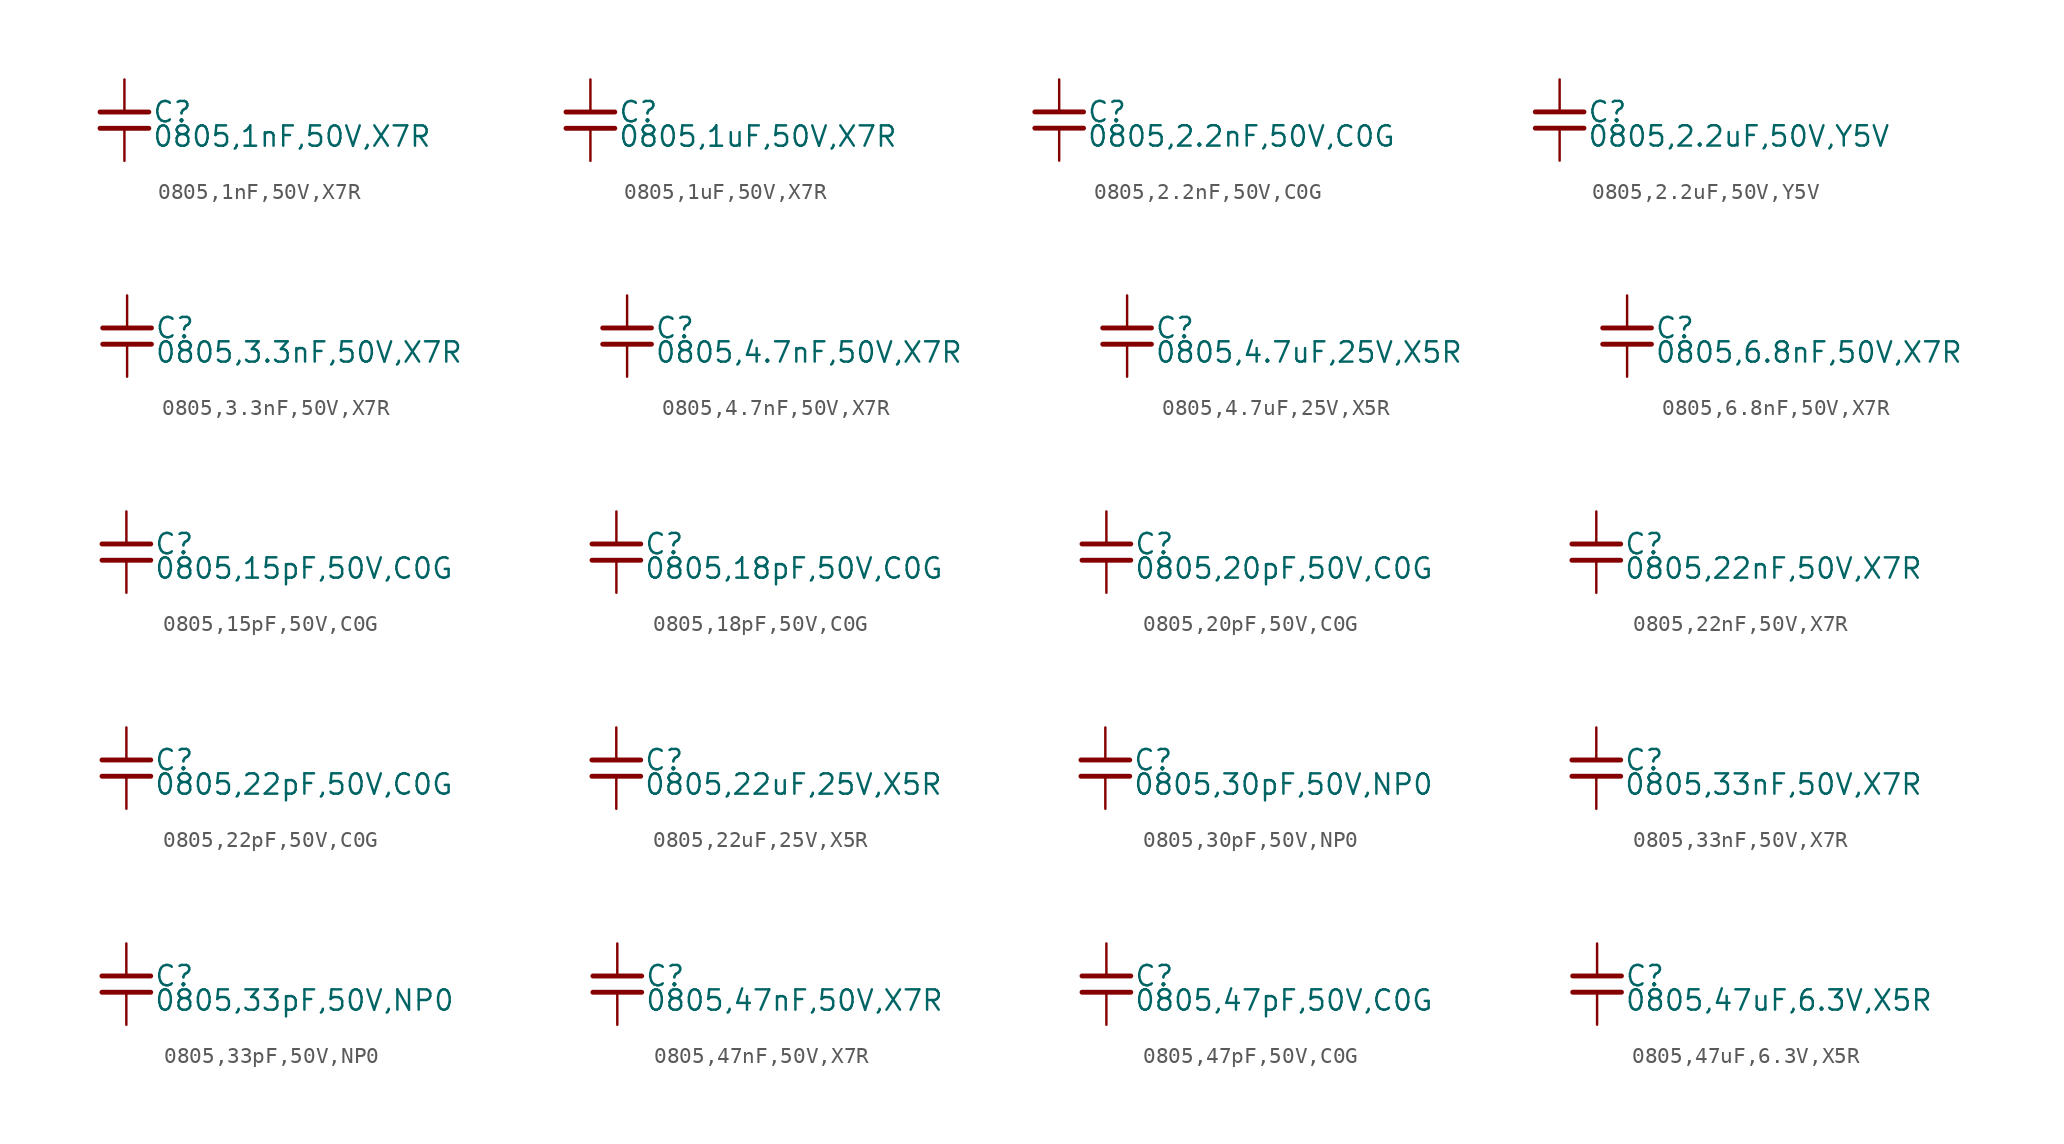
<source format=kicad_sym>
(kicad_symbol_lib
  (version 20220914)
  (generator kicad_symbol_editor)
  (symbol "0805,1nF,50V,X7R "
    (property "Reference" "C"
      (at 1.71 0.508 0)
      (effects (font (size 1.27 1.27)) (justify left)))
    (property "Value" "0805,1nF,50V,X7R "
      (at 1.71 -1.016 0)
      (effects (font (size 1.27 1.27)) (justify left)))
    (property "ki_locked" ""
      (at 0 0 0)
      (effects (font (size 1.27 1.27))))
    (symbol "0805,1nF,50V,X7R _0_0"
      (polyline (pts (xy -1.524 -0.508) (xy 1.524 -0.508)) (stroke (width 0.305) (type default)) (fill (type none)))
      (polyline (pts (xy -1.524 0.508) (xy 1.524 0.508)) (stroke (width 0.305) (type default)) (fill (type none)))
      (pin passive line (at 0 2.54 270) (length 2.032) (name "~" (effects (font (size 0 0)))) (number "1" (effects (font (size 0 0)))))
      (pin passive line (at 0 -2.54 90) (length 2.032) (name "~" (effects (font (size 0 0)))) (number "2" (effects (font (size 0 0)))))))
  (symbol "0805,1uF,50V,X7R "
    (property "Reference" "C"
      (at 1.71 0.508 0)
      (effects (font (size 1.27 1.27)) (justify left)))
    (property "Value" "0805,1uF,50V,X7R "
      (at 1.71 -1.016 0)
      (effects (font (size 1.27 1.27)) (justify left)))
    (symbol "0805,1uF,50V,X7R _0_0"
      (polyline (pts (xy -1.524 -0.508) (xy 1.524 -0.508)) (stroke (width 0.305) (type default)) (fill (type none)))
      (polyline (pts (xy -1.524 0.508) (xy 1.524 0.508)) (stroke (width 0.305) (type default)) (fill (type none)))
      (pin passive line (at 0 2.54 270) (length 2.032) (name "~" (effects (font (size 0 0)))) (number "1" (effects (font (size 0 0)))))
      (pin passive line (at 0 -2.54 90) (length 2.032) (name "~" (effects (font (size 0 0)))) (number "2" (effects (font (size 0 0)))))))
  (symbol "0805,2.2nF,50V,C0G "
    (property "Reference" "C"
      (at 1.71 0.508 0)
      (effects (font (size 1.27 1.27)) (justify left)))
    (property "Value" "0805,2.2nF,50V,C0G "
      (at 1.71 -1.016 0)
      (effects (font (size 1.27 1.27)) (justify left)))
    (property "ki_locked" ""
      (at 0 0 0)
      (effects (font (size 1.27 1.27))))
    (symbol "0805,2.2nF,50V,C0G _0_0"
      (polyline (pts (xy -1.524 -0.508) (xy 1.524 -0.508)) (stroke (width 0.305) (type default)) (fill (type none)))
      (polyline (pts (xy -1.524 0.508) (xy 1.524 0.508)) (stroke (width 0.305) (type default)) (fill (type none)))
      (pin passive line (at 0 2.54 270) (length 2.032) (name "~" (effects (font (size 0 0)))) (number "1" (effects (font (size 0 0)))))
      (pin passive line (at 0 -2.54 90) (length 2.032) (name "~" (effects (font (size 0 0)))) (number "2" (effects (font (size 0 0)))))))
  (symbol "0805,2.2uF,50V,Y5V "
    (property "Reference" "C"
      (at 1.71 0.508 0)
      (effects (font (size 1.27 1.27)) (justify left)))
    (property "Value" "0805,2.2uF,50V,Y5V "
      (at 1.71 -1.016 0)
      (effects (font (size 1.27 1.27)) (justify left)))
    (property "ki_locked" ""
      (at 0 0 0)
      (effects (font (size 1.27 1.27))))
    (symbol "0805,2.2uF,50V,Y5V _0_0"
      (polyline (pts (xy -1.524 -0.508) (xy 1.524 -0.508)) (stroke (width 0.305) (type default)) (fill (type none)))
      (polyline (pts (xy -1.524 0.508) (xy 1.524 0.508)) (stroke (width 0.305) (type default)) (fill (type none)))
      (pin passive line (at 0 2.54 270) (length 2.032) (name "~" (effects (font (size 0 0)))) (number "1" (effects (font (size 0 0)))))
      (pin passive line (at 0 -2.54 90) (length 2.032) (name "~" (effects (font (size 0 0)))) (number "2" (effects (font (size 0 0)))))))
  (symbol "0805,3.3nF,50V,X7R "
    (property "Reference" "C"
      (at 1.71 0.508 0)
      (effects (font (size 1.27 1.27)) (justify left)))
    (property "Value" "0805,3.3nF,50V,X7R "
      (at 1.71 -1.016 0)
      (effects (font (size 1.27 1.27)) (justify left)))
    (property "ki_locked" ""
      (at 0 0 0)
      (effects (font (size 1.27 1.27))))
    (symbol "0805,3.3nF,50V,X7R _0_0"
      (polyline (pts (xy -1.524 -0.508) (xy 1.524 -0.508)) (stroke (width 0.305) (type default)) (fill (type none)))
      (polyline (pts (xy -1.524 0.508) (xy 1.524 0.508)) (stroke (width 0.305) (type default)) (fill (type none)))
      (pin passive line (at 0 2.54 270) (length 2.032) (name "~" (effects (font (size 0 0)))) (number "1" (effects (font (size 0 0)))))
      (pin passive line (at 0 -2.54 90) (length 2.032) (name "~" (effects (font (size 0 0)))) (number "2" (effects (font (size 0 0)))))))
  (symbol "0805,4.7nF,50V,X7R "
    (property "Reference" "C"
      (at 1.71 0.508 0)
      (effects (font (size 1.27 1.27)) (justify left)))
    (property "Value" "0805,4.7nF,50V,X7R "
      (at 1.71 -1.016 0)
      (effects (font (size 1.27 1.27)) (justify left)))
    (property "ki_locked" ""
      (at 0 0 0)
      (effects (font (size 1.27 1.27))))
    (symbol "0805,4.7nF,50V,X7R _0_0"
      (polyline (pts (xy -1.524 -0.508) (xy 1.524 -0.508)) (stroke (width 0.305) (type default)) (fill (type none)))
      (polyline (pts (xy -1.524 0.508) (xy 1.524 0.508)) (stroke (width 0.305) (type default)) (fill (type none)))
      (pin passive line (at 0 2.54 270) (length 2.032) (name "~" (effects (font (size 0 0)))) (number "1" (effects (font (size 0 0)))))
      (pin passive line (at 0 -2.54 90) (length 2.032) (name "~" (effects (font (size 0 0)))) (number "2" (effects (font (size 0 0)))))))
  (symbol "0805,4.7uF,25V,X5R "
    (property "Reference" "C"
      (at 1.71 0.508 0)
      (effects (font (size 1.27 1.27)) (justify left)))
    (property "Value" "0805,4.7uF,25V,X5R "
      (at 1.71 -1.016 0)
      (effects (font (size 1.27 1.27)) (justify left)))
    (property "ki_locked" ""
      (at 0 0 0)
      (effects (font (size 1.27 1.27))))
    (symbol "0805,4.7uF,25V,X5R _0_0"
      (polyline (pts (xy -1.524 -0.508) (xy 1.524 -0.508)) (stroke (width 0.305) (type default)) (fill (type none)))
      (polyline (pts (xy -1.524 0.508) (xy 1.524 0.508)) (stroke (width 0.305) (type default)) (fill (type none)))
      (pin passive line (at 0 2.54 270) (length 2.032) (name "~" (effects (font (size 0 0)))) (number "1" (effects (font (size 0 0)))))
      (pin passive line (at 0 -2.54 90) (length 2.032) (name "~" (effects (font (size 0 0)))) (number "2" (effects (font (size 0 0)))))))
  (symbol "0805,6.8nF,50V,X7R "
    (property "Reference" "C"
      (at 1.71 0.508 0)
      (effects (font (size 1.27 1.27)) (justify left)))
    (property "Value" "0805,6.8nF,50V,X7R "
      (at 1.71 -1.016 0)
      (effects (font (size 1.27 1.27)) (justify left)))
    (property "ki_locked" ""
      (at 0 0 0)
      (effects (font (size 1.27 1.27))))
    (symbol "0805,6.8nF,50V,X7R _0_0"
      (polyline (pts (xy -1.524 -0.508) (xy 1.524 -0.508)) (stroke (width 0.305) (type default)) (fill (type none)))
      (polyline (pts (xy -1.524 0.508) (xy 1.524 0.508)) (stroke (width 0.305) (type default)) (fill (type none)))
      (pin passive line (at 0 2.54 270) (length 2.032) (name "~" (effects (font (size 0 0)))) (number "1" (effects (font (size 0 0)))))
      (pin passive line (at 0 -2.54 90) (length 2.032) (name "~" (effects (font (size 0 0)))) (number "2" (effects (font (size 0 0)))))))
  (symbol "0805,15pF,50V,C0G "
    (property "Reference" "C"
      (at 1.71 0.508 0)
      (effects (font (size 1.27 1.27)) (justify left)))
    (property "Value" "0805,15pF,50V,C0G "
      (at 1.71 -1.016 0)
      (effects (font (size 1.27 1.27)) (justify left)))
    (property "ki_locked" ""
      (at 0 0 0)
      (effects (font (size 1.27 1.27))))
    (symbol "0805,15pF,50V,C0G _0_0"
      (polyline (pts (xy -1.524 -0.508) (xy 1.524 -0.508)) (stroke (width 0.305) (type default)) (fill (type none)))
      (polyline (pts (xy -1.524 0.508) (xy 1.524 0.508)) (stroke (width 0.305) (type default)) (fill (type none)))
      (pin passive line (at 0 2.54 270) (length 2.032) (name "~" (effects (font (size 0 0)))) (number "1" (effects (font (size 0 0)))))
      (pin passive line (at 0 -2.54 90) (length 2.032) (name "~" (effects (font (size 0 0)))) (number "2" (effects (font (size 0 0)))))))
  (symbol "0805,18pF,50V,C0G "
    (property "Reference" "C"
      (at 1.71 0.508 0)
      (effects (font (size 1.27 1.27)) (justify left)))
    (property "Value" "0805,18pF,50V,C0G "
      (at 1.71 -1.016 0)
      (effects (font (size 1.27 1.27)) (justify left)))
    (property "ki_locked" ""
      (at 0 0 0)
      (effects (font (size 1.27 1.27))))
    (symbol "0805,18pF,50V,C0G _0_0"
      (polyline (pts (xy -1.524 -0.508) (xy 1.524 -0.508)) (stroke (width 0.305) (type default)) (fill (type none)))
      (polyline (pts (xy -1.524 0.508) (xy 1.524 0.508)) (stroke (width 0.305) (type default)) (fill (type none)))
      (pin passive line (at 0 2.54 270) (length 2.032) (name "~" (effects (font (size 0 0)))) (number "1" (effects (font (size 0 0)))))
      (pin passive line (at 0 -2.54 90) (length 2.032) (name "~" (effects (font (size 0 0)))) (number "2" (effects (font (size 0 0)))))))
  (symbol "0805,20pF,50V,C0G "
    (property "Reference" "C"
      (at 1.71 0.508 0)
      (effects (font (size 1.27 1.27)) (justify left)))
    (property "Value" "0805,20pF,50V,C0G "
      (at 1.71 -1.016 0)
      (effects (font (size 1.27 1.27)) (justify left)))
    (property "ki_locked" ""
      (at 0 0 0)
      (effects (font (size 1.27 1.27))))
    (symbol "0805,20pF,50V,C0G _0_0"
      (polyline (pts (xy -1.524 -0.508) (xy 1.524 -0.508)) (stroke (width 0.305) (type default)) (fill (type none)))
      (polyline (pts (xy -1.524 0.508) (xy 1.524 0.508)) (stroke (width 0.305) (type default)) (fill (type none)))
      (pin passive line (at 0 2.54 270) (length 2.032) (name "~" (effects (font (size 0 0)))) (number "1" (effects (font (size 0 0)))))
      (pin passive line (at 0 -2.54 90) (length 2.032) (name "~" (effects (font (size 0 0)))) (number "2" (effects (font (size 0 0)))))))
  (symbol "0805,22nF,50V,X7R "
    (property "Reference" "C"
      (at 1.71 0.508 0)
      (effects (font (size 1.27 1.27)) (justify left)))
    (property "Value" "0805,22nF,50V,X7R "
      (at 1.71 -1.016 0)
      (effects (font (size 1.27 1.27)) (justify left)))
    (property "ki_locked" ""
      (at 0 0 0)
      (effects (font (size 1.27 1.27))))
    (symbol "0805,22nF,50V,X7R _0_0"
      (polyline (pts (xy -1.524 -0.508) (xy 1.524 -0.508)) (stroke (width 0.305) (type default)) (fill (type none)))
      (polyline (pts (xy -1.524 0.508) (xy 1.524 0.508)) (stroke (width 0.305) (type default)) (fill (type none)))
      (pin passive line (at 0 2.54 270) (length 2.032) (name "~" (effects (font (size 0 0)))) (number "1" (effects (font (size 0 0)))))
      (pin passive line (at 0 -2.54 90) (length 2.032) (name "~" (effects (font (size 0 0)))) (number "2" (effects (font (size 0 0)))))))
  (symbol "0805,22pF,50V,C0G "
    (property "Reference" "C"
      (at 1.71 0.508 0)
      (effects (font (size 1.27 1.27)) (justify left)))
    (property "Value" "0805,22pF,50V,C0G "
      (at 1.71 -1.016 0)
      (effects (font (size 1.27 1.27)) (justify left)))
    (property "ki_locked" ""
      (at 0 0 0)
      (effects (font (size 1.27 1.27))))
    (symbol "0805,22pF,50V,C0G _0_0"
      (polyline (pts (xy -1.524 -0.508) (xy 1.524 -0.508)) (stroke (width 0.305) (type default)) (fill (type none)))
      (polyline (pts (xy -1.524 0.508) (xy 1.524 0.508)) (stroke (width 0.305) (type default)) (fill (type none)))
      (pin passive line (at 0 2.54 270) (length 2.032) (name "~" (effects (font (size 0 0)))) (number "1" (effects (font (size 0 0)))))
      (pin passive line (at 0 -2.54 90) (length 2.032) (name "~" (effects (font (size 0 0)))) (number "2" (effects (font (size 0 0)))))))
  (symbol "0805,22uF,25V,X5R "
    (property "Reference" "C"
      (at 1.71 0.508 0)
      (effects (font (size 1.27 1.27)) (justify left)))
    (property "Value" "0805,22uF,25V,X5R "
      (at 1.71 -1.016 0)
      (effects (font (size 1.27 1.27)) (justify left)))
    (property "ki_locked" ""
      (at 0 0 0)
      (effects (font (size 1.27 1.27))))
    (symbol "0805,22uF,25V,X5R _0_0"
      (polyline (pts (xy -1.524 -0.508) (xy 1.524 -0.508)) (stroke (width 0.305) (type default)) (fill (type none)))
      (polyline (pts (xy -1.524 0.508) (xy 1.524 0.508)) (stroke (width 0.305) (type default)) (fill (type none)))
      (pin passive line (at 0 2.54 270) (length 2.032) (name "~" (effects (font (size 0 0)))) (number "1" (effects (font (size 0 0)))))
      (pin passive line (at 0 -2.54 90) (length 2.032) (name "~" (effects (font (size 0 0)))) (number "2" (effects (font (size 0 0)))))))
  (symbol "0805,30pF,50V,NP0 "
    (property "Reference" "C"
      (at 1.71 0.508 0)
      (effects (font (size 1.27 1.27)) (justify left)))
    (property "Value" "0805,30pF,50V,NP0 "
      (at 1.71 -1.016 0)
      (effects (font (size 1.27 1.27)) (justify left)))
    (property "ki_locked" ""
      (at 0 0 0)
      (effects (font (size 1.27 1.27))))
    (symbol "0805,30pF,50V,NP0 _0_0"
      (polyline (pts (xy -1.524 -0.508) (xy 1.524 -0.508)) (stroke (width 0.305) (type default)) (fill (type none)))
      (polyline (pts (xy -1.524 0.508) (xy 1.524 0.508)) (stroke (width 0.305) (type default)) (fill (type none)))
      (pin passive line (at 0 2.54 270) (length 2.032) (name "~" (effects (font (size 0 0)))) (number "1" (effects (font (size 0 0)))))
      (pin passive line (at 0 -2.54 90) (length 2.032) (name "~" (effects (font (size 0 0)))) (number "2" (effects (font (size 0 0)))))))
  (symbol "0805,33nF,50V,X7R "
    (property "Reference" "C"
      (at 1.71 0.508 0)
      (effects (font (size 1.27 1.27)) (justify left)))
    (property "Value" "0805,33nF,50V,X7R "
      (at 1.71 -1.016 0)
      (effects (font (size 1.27 1.27)) (justify left)))
    (property "ki_locked" ""
      (at 0 0 0)
      (effects (font (size 1.27 1.27))))
    (symbol "0805,33nF,50V,X7R _0_0"
      (polyline (pts (xy -1.524 -0.508) (xy 1.524 -0.508)) (stroke (width 0.305) (type default)) (fill (type none)))
      (polyline (pts (xy -1.524 0.508) (xy 1.524 0.508)) (stroke (width 0.305) (type default)) (fill (type none)))
      (pin passive line (at 0 2.54 270) (length 2.032) (name "~" (effects (font (size 0 0)))) (number "1" (effects (font (size 0 0)))))
      (pin passive line (at 0 -2.54 90) (length 2.032) (name "~" (effects (font (size 0 0)))) (number "2" (effects (font (size 0 0)))))))
  (symbol "0805,33pF,50V,NP0 "
    (property "Reference" "C"
      (at 1.71 0.508 0)
      (effects (font (size 1.27 1.27)) (justify left)))
    (property "Value" "0805,33pF,50V,NP0 "
      (at 1.71 -1.016 0)
      (effects (font (size 1.27 1.27)) (justify left)))
    (property "ki_locked" ""
      (at 0 0 0)
      (effects (font (size 1.27 1.27))))
    (symbol "0805,33pF,50V,NP0 _0_0"
      (polyline (pts (xy -1.524 -0.508) (xy 1.524 -0.508)) (stroke (width 0.305) (type default)) (fill (type none)))
      (polyline (pts (xy -1.524 0.508) (xy 1.524 0.508)) (stroke (width 0.305) (type default)) (fill (type none)))
      (pin passive line (at 0 2.54 270) (length 2.032) (name "~" (effects (font (size 0 0)))) (number "1" (effects (font (size 0 0)))))
      (pin passive line (at 0 -2.54 90) (length 2.032) (name "~" (effects (font (size 0 0)))) (number "2" (effects (font (size 0 0)))))))
  (symbol "0805,47nF,50V,X7R "
    (property "Reference" "C"
      (at 1.71 0.508 0)
      (effects (font (size 1.27 1.27)) (justify left)))
    (property "Value" "0805,47nF,50V,X7R "
      (at 1.71 -1.016 0)
      (effects (font (size 1.27 1.27)) (justify left)))
    (property "ki_locked" ""
      (at 0 0 0)
      (effects (font (size 1.27 1.27))))
    (symbol "0805,47nF,50V,X7R _0_0"
      (polyline (pts (xy -1.524 -0.508) (xy 1.524 -0.508)) (stroke (width 0.305) (type default)) (fill (type none)))
      (polyline (pts (xy -1.524 0.508) (xy 1.524 0.508)) (stroke (width 0.305) (type default)) (fill (type none)))
      (pin passive line (at 0 2.54 270) (length 2.032) (name "~" (effects (font (size 0 0)))) (number "1" (effects (font (size 0 0)))))
      (pin passive line (at 0 -2.54 90) (length 2.032) (name "~" (effects (font (size 0 0)))) (number "2" (effects (font (size 0 0)))))))
  (symbol "0805,47pF,50V,C0G "
    (property "Reference" "C"
      (at 1.71 0.508 0)
      (effects (font (size 1.27 1.27)) (justify left)))
    (property "Value" "0805,47pF,50V,C0G "
      (at 1.71 -1.016 0)
      (effects (font (size 1.27 1.27)) (justify left)))
    (property "ki_locked" ""
      (at 0 0 0)
      (effects (font (size 1.27 1.27))))
    (symbol "0805,47pF,50V,C0G _0_0"
      (polyline (pts (xy -1.524 -0.508) (xy 1.524 -0.508)) (stroke (width 0.305) (type default)) (fill (type none)))
      (polyline (pts (xy -1.524 0.508) (xy 1.524 0.508)) (stroke (width 0.305) (type default)) (fill (type none)))
      (pin passive line (at 0 2.54 270) (length 2.032) (name "~" (effects (font (size 0 0)))) (number "1" (effects (font (size 0 0)))))
      (pin passive line (at 0 -2.54 90) (length 2.032) (name "~" (effects (font (size 0 0)))) (number "2" (effects (font (size 0 0)))))))
  (symbol "0805,47uF,6.3V,X5R "
    (property "Reference" "C"
      (at 1.71 0.508 0)
      (effects (font (size 1.27 1.27)) (justify left)))
    (property "Value" "0805,47uF,6.3V,X5R "
      (at 1.71 -1.016 0)
      (effects (font (size 1.27 1.27)) (justify left)))
    (property "ki_locked" ""
      (at 0 0 0)
      (effects (font (size 1.27 1.27))))
    (symbol "0805,47uF,6.3V,X5R _0_0"
      (polyline (pts (xy -1.524 -0.508) (xy 1.524 -0.508)) (stroke (width 0.305) (type default)) (fill (type none)))
      (polyline (pts (xy -1.524 0.508) (xy 1.524 0.508)) (stroke (width 0.305) (type default)) (fill (type none)))
      (pin passive line (at 0 2.54 270) (length 2.032) (name "~" (effects (font (size 0 0)))) (number "1" (effects (font (size 0 0)))))
      (pin passive line (at 0 -2.54 90) (length 2.032) (name "~" (effects (font (size 0 0)))) (number "2" (effects (font (size 0 0))))))))
</source>
